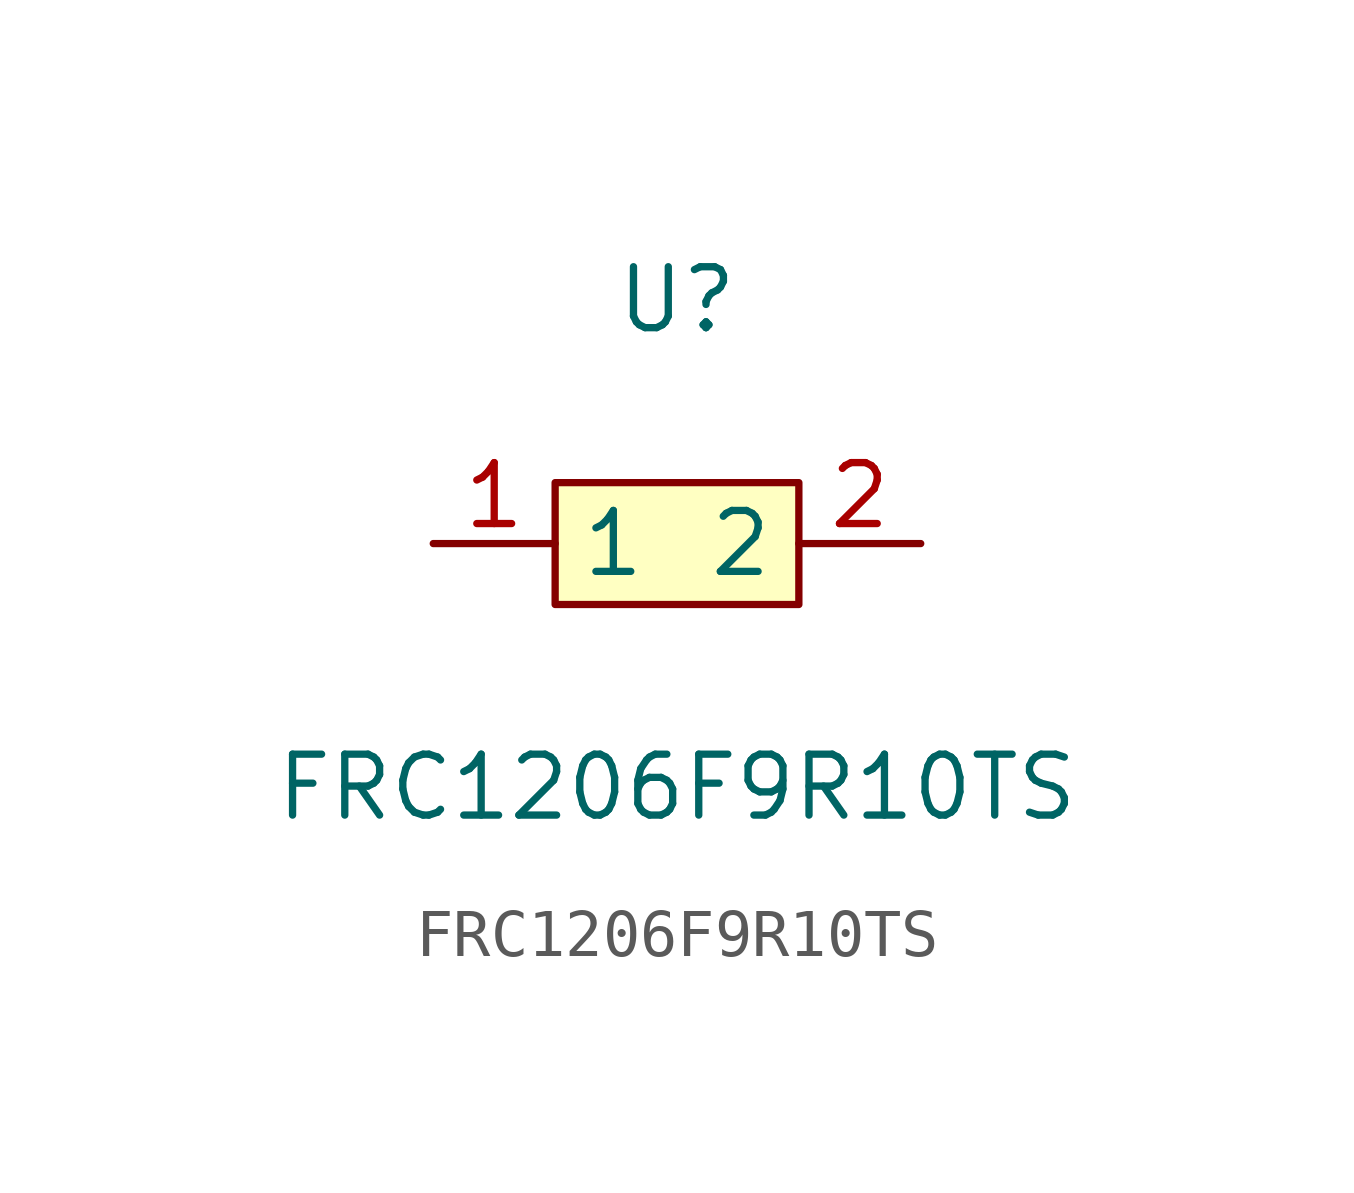
<source format=kicad_sym>
(kicad_symbol_lib
  (version 1)
  (generator "faebryk")
  (symbol "FRC1206F9R10TS"
    (property "Reference" "U"
      (at 0 5.08 0)
      (effects (font (size 1.27 1.27)) (hide no)))
    (property "Value" "FRC1206F9R10TS"
      (at 0 -5.08 0)
      (effects (font (size 1.27 1.27)) (hide no)))
    (symbol "FRC1206F9R10TS_0_1"
      (rectangle (start -2.54 1.27) (end 2.54 -1.27) (stroke (width 0) (type default) (color 0 0 0 0)) (fill (type background)))
      (pin unspecified line (at 5.08 0 180) (length 2.54) (name "2" (effects (font (size 1.27 1.27)) (hide no))) (number "2" (effects (font (size 1.27 1.27)) (hide no))))
      (pin unspecified line (at -5.08 0 0) (length 2.54) (name "1" (effects (font (size 1.27 1.27)) (hide no))) (number "1" (effects (font (size 1.27 1.27)) (hide no)))))))
</source>
